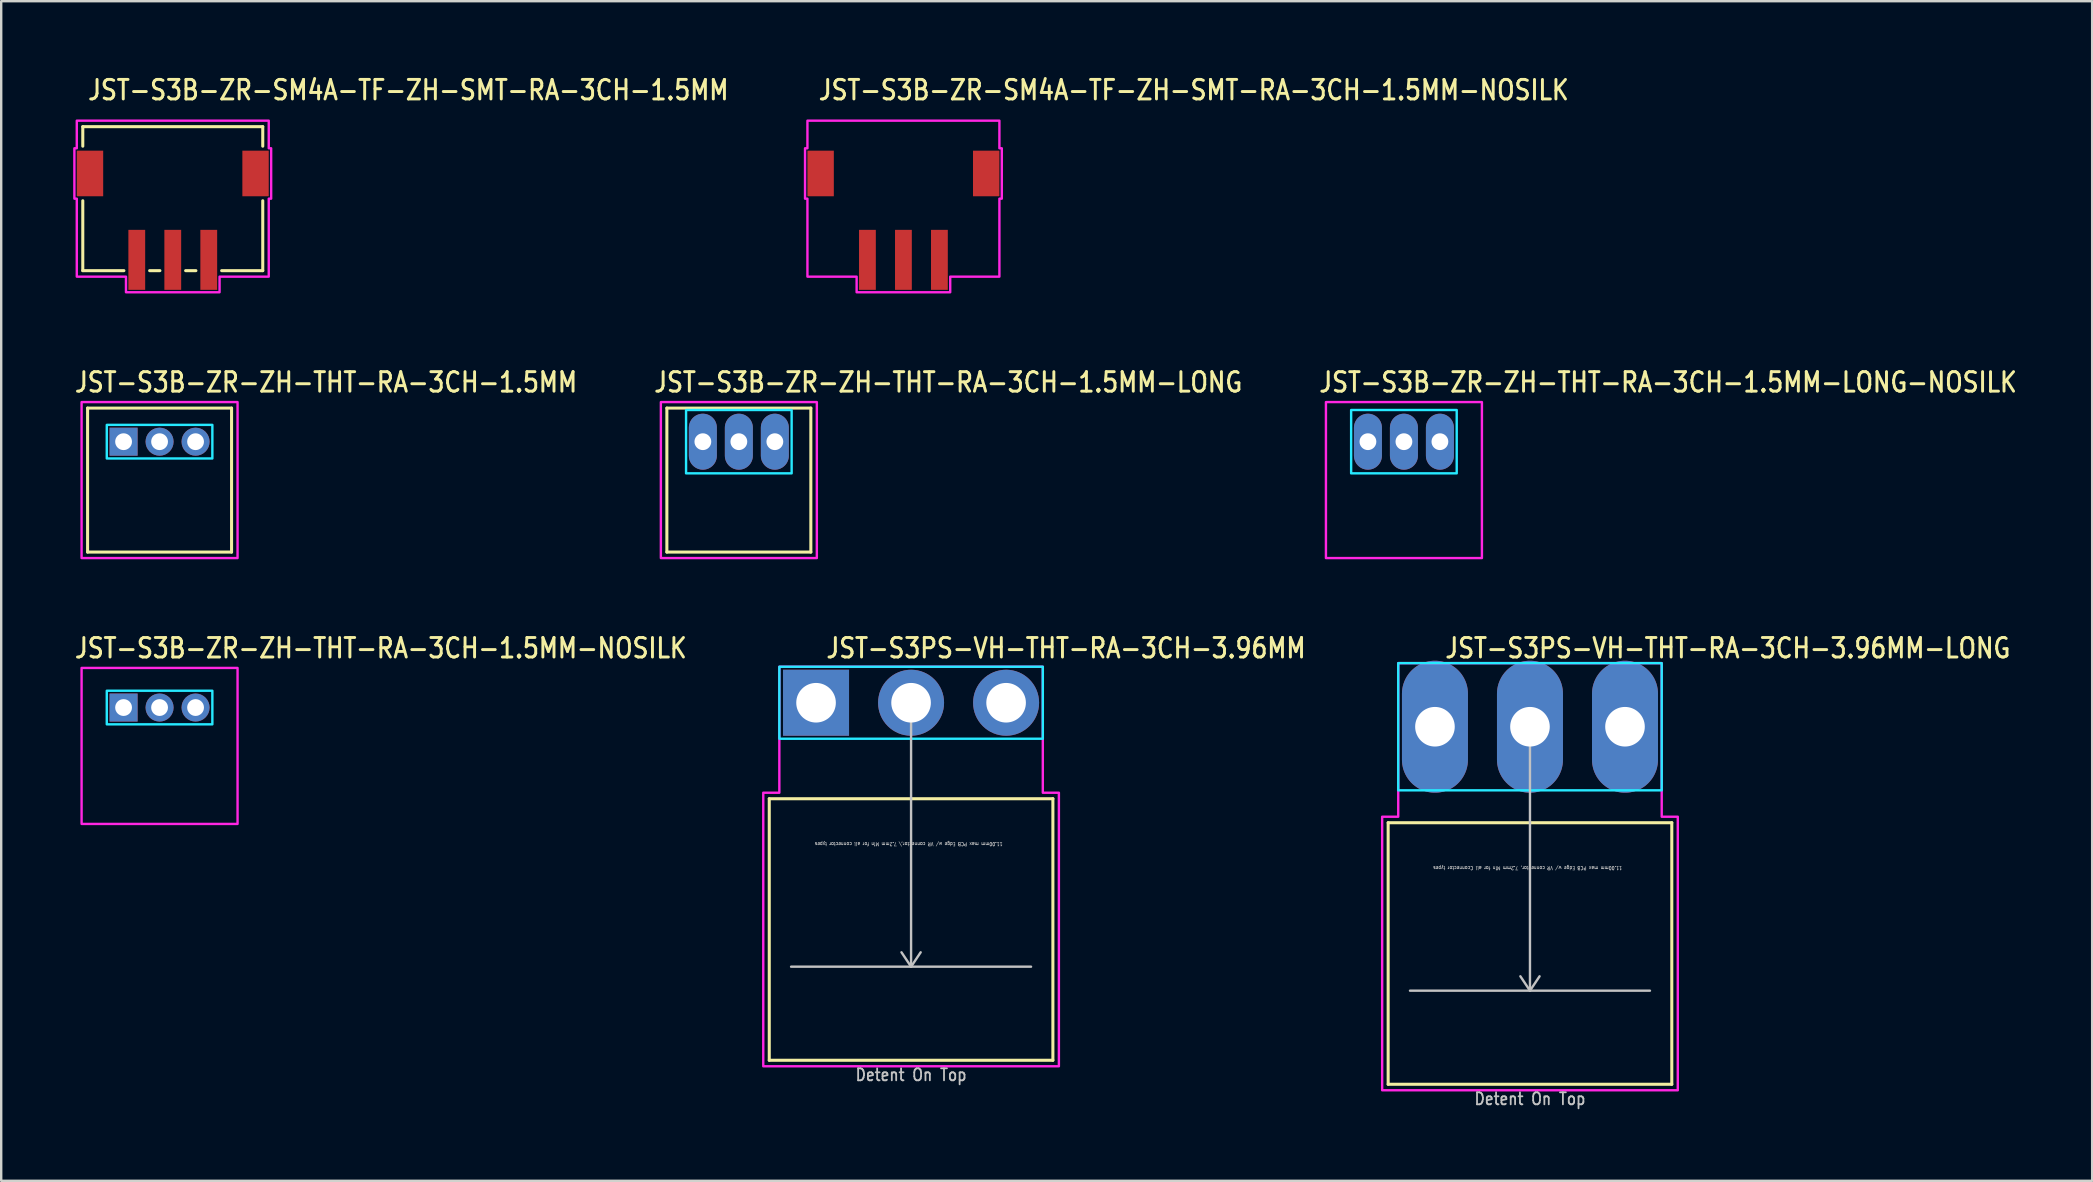
<source format=kicad_pcb>
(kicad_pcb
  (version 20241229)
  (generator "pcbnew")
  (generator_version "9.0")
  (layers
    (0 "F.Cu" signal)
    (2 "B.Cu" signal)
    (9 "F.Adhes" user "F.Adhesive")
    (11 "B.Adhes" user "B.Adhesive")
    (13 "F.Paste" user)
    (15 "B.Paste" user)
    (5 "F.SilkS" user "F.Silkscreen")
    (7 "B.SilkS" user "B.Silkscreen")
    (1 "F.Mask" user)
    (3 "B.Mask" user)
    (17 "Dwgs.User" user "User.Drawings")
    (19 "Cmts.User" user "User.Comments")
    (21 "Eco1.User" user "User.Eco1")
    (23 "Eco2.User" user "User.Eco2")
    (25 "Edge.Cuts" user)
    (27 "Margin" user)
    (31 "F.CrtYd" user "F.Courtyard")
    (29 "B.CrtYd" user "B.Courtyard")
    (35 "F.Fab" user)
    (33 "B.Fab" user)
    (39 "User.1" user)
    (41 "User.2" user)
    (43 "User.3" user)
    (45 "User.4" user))
  (footprint "JST-S3B-ZR-ZH-THT-RA-3CH-1.5MM-NOSILK"
    (layer "F.Cu")
    (at 3.6 26.436)
    (property "Reference" "JST-S3B-ZR-ZH-THT-RA-3CH-1.5MM-NOSILK" (at -3.6 -2 0) (unlocked yes) (layer "F.SilkS") (effects (font (size 0.813 0.695) (thickness 0.122)) (justify left bottom)))
    (fp_poly (pts (xy -2.2 -0.7) (xy -2.2 0.7) (xy 2.2 0.7) (xy 2.2 -0.7)) (stroke (width 0.1) (type solid)) (fill no) (layer "B.CrtYd"))
    (fp_poly (pts (xy -3.25 -1.65) (xy -3.25 4.85) (xy 3.25 4.85) (xy 3.25 -1.65)) (stroke (width 0.1) (type solid)) (fill no) (layer "F.CrtYd"))
    (pad "1" thru_hole rect (at -1.5 0) (size 1.167 1.167) (drill 0.7) (layers "*.Cu" "*.Mask"))
    (pad "2" thru_hole oval (at 0 0) (size 1.167 1.167) (drill 0.7) (layers "*.Cu" "*.Mask"))
    (pad "3" thru_hole oval (at 1.5 0) (size 1.167 1.167) (drill 0.7) (layers "*.Cu" "*.Mask")))
  (footprint "JST-S3PS-VH-THT-RA-3CH-3.96MM"
    (layer "F.Cu")
    (at 34.918 26.236)
    (property "Reference" "JST-S3PS-VH-THT-RA-3CH-3.96MM" (at -3.6 -1.8 0) (unlocked yes) (layer "F.SilkS") (effects (font (size 0.813 0.695) (thickness 0.122)) (justify left bottom)))
    (fp_line (start -5.91 4) (end 5.91 4) (stroke (width 0.127) (type solid)) (layer "F.SilkS"))
    (fp_line (start -5.91 14.9) (end -5.91 4) (stroke (width 0.127) (type solid)) (layer "F.SilkS"))
    (fp_line (start -5.91 14.9) (end 5.91 14.9) (stroke (width 0.127) (type solid)) (layer "F.SilkS"))
    (fp_line (start 5.91 4) (end 5.91 14.9) (stroke (width 0.127) (type solid)) (layer "F.SilkS"))
    (fp_line (start -5 11) (end 5 11) (stroke (width 0.1) (type solid)) (layer "Dwgs.User"))
    (fp_line (start 0 0) (end -0.4 0.6) (stroke (width 0.1) (type solid)) (layer "Dwgs.User"))
    (fp_line (start 0 0) (end 0 11) (stroke (width 0.1) (type solid)) (layer "Dwgs.User"))
    (fp_line (start 0 0) (end 0.4 0.6) (stroke (width 0.1) (type solid)) (layer "Dwgs.User"))
    (fp_line (start 0 11) (end -0.4 10.4) (stroke (width 0.1) (type solid)) (layer "Dwgs.User"))
    (fp_line (start 0 11) (end 0.4 10.4) (stroke (width 0.1) (type solid)) (layer "Dwgs.User"))
    (fp_poly (pts (xy -5.49 -1.5) (xy -5.49 1.5) (xy 5.49 1.5) (xy 5.49 -1.5)) (stroke (width 0.1) (type solid)) (fill no) (layer "B.CrtYd"))
    (fp_poly (pts (xy -6.16 3.75) (xy -6.16 15.15) (xy 6.16 15.15) (xy 6.16 3.75) (xy 5.49 3.75) (xy 5.49 -1.5) (xy -5.49 -1.5) (xy -5.49 3.75)) (stroke (width 0.1) (type solid)) (fill no) (layer "F.CrtYd"))
    (fp_text user "Detent On Top" (at 0 15.8 0) (unlocked yes) (layer "Dwgs.User") (effects (font (size 0.5 0.427) (thickness 0.075)) (justify bottom)))
    (fp_text user "11.00mm max PCB Edge w/ VR connector,\\ 7.2mm Min for all connector types" (at -0.1 5.8 180) (unlocked yes) (layer "Dwgs.User") (effects (font (size 0.15 0.128) (thickness 0.022)) (justify bottom)))
    (pad "1" thru_hole rect (at -3.96 0) (size 2.75 2.75) (drill 1.65) (layers "*.Cu" "*.Mask"))
    (pad "2" thru_hole oval (at 0 0) (size 2.75 2.75) (drill 1.65) (layers "*.Cu" "*.Mask"))
    (pad "3" thru_hole oval (at 3.96 0) (size 2.75 2.75) (drill 1.65) (layers "*.Cu" "*.Mask")))
  (footprint "JST-S3B-ZR-ZH-THT-RA-3CH-1.5MM"
    (layer "F.Cu")
    (at 3.6 15.357)
    (property "Reference" "JST-S3B-ZR-ZH-THT-RA-3CH-1.5MM" (at -3.6 -2 0) (unlocked yes) (layer "F.SilkS") (effects (font (size 0.813 0.695) (thickness 0.122)) (justify left bottom)))
    (fp_line (start -3 -1.4) (end 3 -1.4) (stroke (width 0.127) (type solid)) (layer "F.SilkS"))
    (fp_line (start -3 4.6) (end -3 -1.4) (stroke (width 0.127) (type solid)) (layer "F.SilkS"))
    (fp_line (start -3 4.6) (end 3 4.6) (stroke (width 0.127) (type solid)) (layer "F.SilkS"))
    (fp_line (start 3 -1.4) (end 3 4.6) (stroke (width 0.127) (type solid)) (layer "F.SilkS"))
    (fp_poly (pts (xy -2.2 -0.7) (xy -2.2 0.7) (xy 2.2 0.7) (xy 2.2 -0.7)) (stroke (width 0.1) (type solid)) (fill no) (layer "B.CrtYd"))
    (fp_poly (pts (xy -3.25 -1.65) (xy -3.25 4.85) (xy 3.25 4.85) (xy 3.25 -1.65)) (stroke (width 0.1) (type solid)) (fill no) (layer "F.CrtYd"))
    (pad "P$1" thru_hole rect (at -1.5 0) (size 1.167 1.167) (drill 0.7) (layers "*.Cu" "*.Mask"))
    (pad "P$2" thru_hole oval (at 0 0) (size 1.167 1.167) (drill 0.7) (layers "*.Cu" "*.Mask"))
    (pad "P$3" thru_hole oval (at 1.5 0) (size 1.167 1.167) (drill 0.7) (layers "*.Cu" "*.Mask")))
  (footprint "JST-S3B-ZR-ZH-THT-RA-3CH-1.5MM-LONG-NOSILK"
    (layer "F.Cu")
    (at 55.457 15.357)
    (property "Reference" "JST-S3B-ZR-ZH-THT-RA-3CH-1.5MM-LONG-NOSILK" (at -3.6 -2 0) (unlocked yes) (layer "F.SilkS") (effects (font (size 0.813 0.695) (thickness 0.122)) (justify left bottom)))
    (fp_poly (pts (xy -2.2 -1.32) (xy -2.2 1.32) (xy 2.2 1.32) (xy 2.2 -1.32)) (stroke (width 0.1) (type solid)) (fill no) (layer "B.CrtYd"))
    (fp_poly (pts (xy -3.25 -1.65) (xy -3.25 4.85) (xy 3.25 4.85) (xy 3.25 -1.65)) (stroke (width 0.1) (type solid)) (fill no) (layer "F.CrtYd"))
    (pad "1" thru_hole oval (at -1.5 0 90) (size 2.333 1.167) (drill 0.7) (layers "*.Cu" "*.Mask"))
    (pad "2" thru_hole oval (at 0 0 90) (size 2.333 1.167) (drill 0.7) (layers "*.Cu" "*.Mask"))
    (pad "3" thru_hole oval (at 1.5 0 90) (size 2.333 1.167) (drill 0.7) (layers "*.Cu" "*.Mask")))
  (footprint "JST-S3B-ZR-SM4A-TF-ZH-SMT-RA-3CH-1.5MM-NOSILK"
    (layer "F.Cu")
    (at 34.599 4.179)
    (property "Reference" "JST-S3B-ZR-SM4A-TF-ZH-SMT-RA-3CH-1.5MM-NOSILK" (at -3.6 -3 0) (unlocked yes) (layer "F.SilkS") (effects (font (size 0.813 0.695) (thickness 0.122)) (justify left bottom)))
    (fp_poly (pts (xy -4 -2.2) (xy -4 -1.05) (xy -4.1 -1.05) (xy -4.1 1.05) (xy -4 1.05) (xy -4 4.3) (xy -1.95 4.3) (xy -1.95 4.95) (xy 1.95 4.95) (xy 1.95 4.3) (xy 4 4.3) (xy 4 1.05) (xy 4.1 1.05) (xy 4.1 -1.05) (xy 4 -1.05) (xy 4 -2.2)) (stroke (width 0.1) (type solid)) (fill no) (layer "F.CrtYd"))
    (pad "1" smd rect (at 1.5 3.6) (size 0.7 2.5) (layers "F.Cu" "F.Mask" "F.Paste"))
    (pad "2" smd rect (at 0 3.6) (size 0.7 2.5) (layers "F.Cu" "F.Mask" "F.Paste"))
    (pad "3" smd rect (at -1.5 3.6) (size 0.7 2.5) (layers "F.Cu" "F.Mask" "F.Paste"))
    (pad "S_1" smd rect (at -3.45 0) (size 1.1 1.9) (layers "F.Cu" "F.Mask" "F.Paste"))
    (pad "S_2" smd rect (at 3.45 0) (size 1.1 1.9) (layers "F.Cu" "F.Mask" "F.Paste")))
  (footprint "JST-S3PS-VH-THT-RA-3CH-3.96MM-LONG"
    (layer "F.Cu")
    (at 60.71 27.236)
    (property "Reference" "JST-S3PS-VH-THT-RA-3CH-3.96MM-LONG" (at -3.6 -2.8 0) (unlocked yes) (layer "F.SilkS") (effects (font (size 0.813 0.695) (thickness 0.122)) (justify left bottom)))
    (fp_line (start -5.91 4) (end 5.91 4) (stroke (width 0.127) (type solid)) (layer "F.SilkS"))
    (fp_line (start -5.91 14.9) (end -5.91 4) (stroke (width 0.127) (type solid)) (layer "F.SilkS"))
    (fp_line (start -5.91 14.9) (end 5.91 14.9) (stroke (width 0.127) (type solid)) (layer "F.SilkS"))
    (fp_line (start 5.91 4) (end 5.91 14.9) (stroke (width 0.127) (type solid)) (layer "F.SilkS"))
    (fp_line (start -5 11) (end 5 11) (stroke (width 0.1) (type solid)) (layer "Dwgs.User"))
    (fp_line (start 0 0) (end -0.4 0.6) (stroke (width 0.1) (type solid)) (layer "Dwgs.User"))
    (fp_line (start 0 0) (end 0 11) (stroke (width 0.1) (type solid)) (layer "Dwgs.User"))
    (fp_line (start 0 0) (end 0.4 0.6) (stroke (width 0.1) (type solid)) (layer "Dwgs.User"))
    (fp_line (start 0 11) (end -0.4 10.4) (stroke (width 0.1) (type solid)) (layer "Dwgs.User"))
    (fp_line (start 0 11) (end 0.4 10.4) (stroke (width 0.1) (type solid)) (layer "Dwgs.User"))
    (fp_poly (pts (xy -5.49 -2.65) (xy -5.49 2.65) (xy 5.49 2.65) (xy 5.49 -2.65)) (stroke (width 0.1) (type solid)) (fill no) (layer "B.CrtYd"))
    (fp_poly (pts (xy -6.16 3.75) (xy -6.16 15.15) (xy 6.16 15.15) (xy 6.16 3.75) (xy 5.49 3.75) (xy 5.49 -2.65) (xy -5.49 -2.65) (xy -5.49 3.75)) (stroke (width 0.1) (type solid)) (fill no) (layer "F.CrtYd"))
    (fp_text user "Detent On Top" (at 0 15.8 0) (unlocked yes) (layer "Dwgs.User") (effects (font (size 0.5 0.427) (thickness 0.075)) (justify bottom)))
    (fp_text user "11.00mm max PCB Edge w/ VR connector, 7.2mm Min for all Cconnector types" (at -0.1 5.8 180) (unlocked yes) (layer "Dwgs.User") (effects (font (size 0.15 0.128) (thickness 0.022)) (justify bottom)))
    (pad "1" thru_hole oval (at -3.96 0 90) (size 5.5 2.75) (drill 1.65) (layers "*.Cu" "*.Mask"))
    (pad "2" thru_hole oval (at 0 0 90) (size 5.5 2.75) (drill 1.65) (layers "*.Cu" "*.Mask"))
    (pad "3" thru_hole oval (at 3.96 0 90) (size 5.5 2.75) (drill 1.65) (layers "*.Cu" "*.Mask")))
  (footprint "JST-S3B-ZR-SM4A-TF-ZH-SMT-RA-3CH-1.5MM"
    (layer "F.Cu")
    (at 4.15 4.179)
    (property "Reference" "JST-S3B-ZR-SM4A-TF-ZH-SMT-RA-3CH-1.5MM" (at -3.6 -3 0) (unlocked yes) (layer "F.SilkS") (effects (font (size 0.813 0.695) (thickness 0.122)) (justify left bottom)))
    (fp_line (start -3.75 -1.95) (end -3.75 -1.137) (stroke (width 0.127) (type solid)) (layer "F.SilkS"))
    (fp_line (start -3.75 -1.95) (end 3.75 -1.95) (stroke (width 0.127) (type solid)) (layer "F.SilkS"))
    (fp_line (start -3.75 4.05) (end -3.75 1.137) (stroke (width 0.127) (type solid)) (layer "F.SilkS"))
    (fp_line (start -3.75 4.05) (end -2.037 4.05) (stroke (width 0.127) (type solid)) (layer "F.SilkS"))
    (fp_line (start -0.964 4.05) (end -0.536 4.05) (stroke (width 0.127) (type solid)) (layer "F.SilkS"))
    (fp_line (start 0.536 4.05) (end 0.964 4.05) (stroke (width 0.127) (type solid)) (layer "F.SilkS"))
    (fp_line (start 2.037 4.05) (end 3.75 4.05) (stroke (width 0.127) (type solid)) (layer "F.SilkS"))
    (fp_line (start 3.75 -1.137) (end 3.75 -1.95) (stroke (width 0.127) (type solid)) (layer "F.SilkS"))
    (fp_line (start 3.75 1.137) (end 3.75 4.05) (stroke (width 0.127) (type solid)) (layer "F.SilkS"))
    (fp_poly (pts (xy -4 -2.2) (xy -4 -1.05) (xy -4.1 -1.05) (xy -4.1 1.05) (xy -4 1.05) (xy -4 4.3) (xy -1.95 4.3) (xy -1.95 4.95) (xy 1.95 4.95) (xy 1.95 4.3) (xy 4 4.3) (xy 4 1.05) (xy 4.1 1.05) (xy 4.1 -1.05) (xy 4 -1.05) (xy 4 -2.2)) (stroke (width 0.1) (type solid)) (fill no) (layer "F.CrtYd"))
    (pad "1" smd rect (at 1.5 3.6) (size 0.7 2.5) (layers "F.Cu" "F.Mask" "F.Paste"))
    (pad "2" smd rect (at 0 3.6) (size 0.7 2.5) (layers "F.Cu" "F.Mask" "F.Paste"))
    (pad "3" smd rect (at -1.5 3.6) (size 0.7 2.5) (layers "F.Cu" "F.Mask" "F.Paste"))
    (pad "S_1" smd rect (at -3.45 0) (size 1.1 1.9) (layers "F.Cu" "F.Mask" "F.Paste"))
    (pad "S_2" smd rect (at 3.45 0) (size 1.1 1.9) (layers "F.Cu" "F.Mask" "F.Paste")))
  (footprint "JST-S3B-ZR-ZH-THT-RA-3CH-1.5MM-LONG"
    (layer "F.Cu")
    (at 27.741 15.357)
    (property "Reference" "JST-S3B-ZR-ZH-THT-RA-3CH-1.5MM-LONG" (at -3.6 -2 0) (unlocked yes) (layer "F.SilkS") (effects (font (size 0.813 0.695) (thickness 0.122)) (justify left bottom)))
    (fp_line (start -3 -1.4) (end 3 -1.4) (stroke (width 0.127) (type solid)) (layer "F.SilkS"))
    (fp_line (start -3 4.6) (end -3 -1.4) (stroke (width 0.127) (type solid)) (layer "F.SilkS"))
    (fp_line (start -3 4.6) (end 3 4.6) (stroke (width 0.127) (type solid)) (layer "F.SilkS"))
    (fp_line (start 3 -1.4) (end 3 4.6) (stroke (width 0.127) (type solid)) (layer "F.SilkS"))
    (fp_poly (pts (xy -2.2 -1.32) (xy -2.2 1.32) (xy 2.2 1.32) (xy 2.2 -1.32)) (stroke (width 0.1) (type solid)) (fill no) (layer "B.CrtYd"))
    (fp_poly (pts (xy -3.25 -1.65) (xy -3.25 4.85) (xy 3.25 4.85) (xy 3.25 -1.65)) (stroke (width 0.1) (type solid)) (fill no) (layer "F.CrtYd"))
    (pad "1" thru_hole oval (at -1.5 0 90) (size 2.333 1.167) (drill 0.7) (layers "*.Cu" "*.Mask"))
    (pad "2" thru_hole oval (at 0 0 90) (size 2.333 1.167) (drill 0.7) (layers "*.Cu" "*.Mask"))
    (pad "3" thru_hole oval (at 1.5 0 90) (size 2.333 1.167) (drill 0.7) (layers "*.Cu" "*.Mask")))
  (gr_rect
    (start -3 -3)
    (end 84.139 46.159)
    (stroke (width 0.1) (type default))
    (fill no)
    (layer "Edge.Cuts")))
</source>
